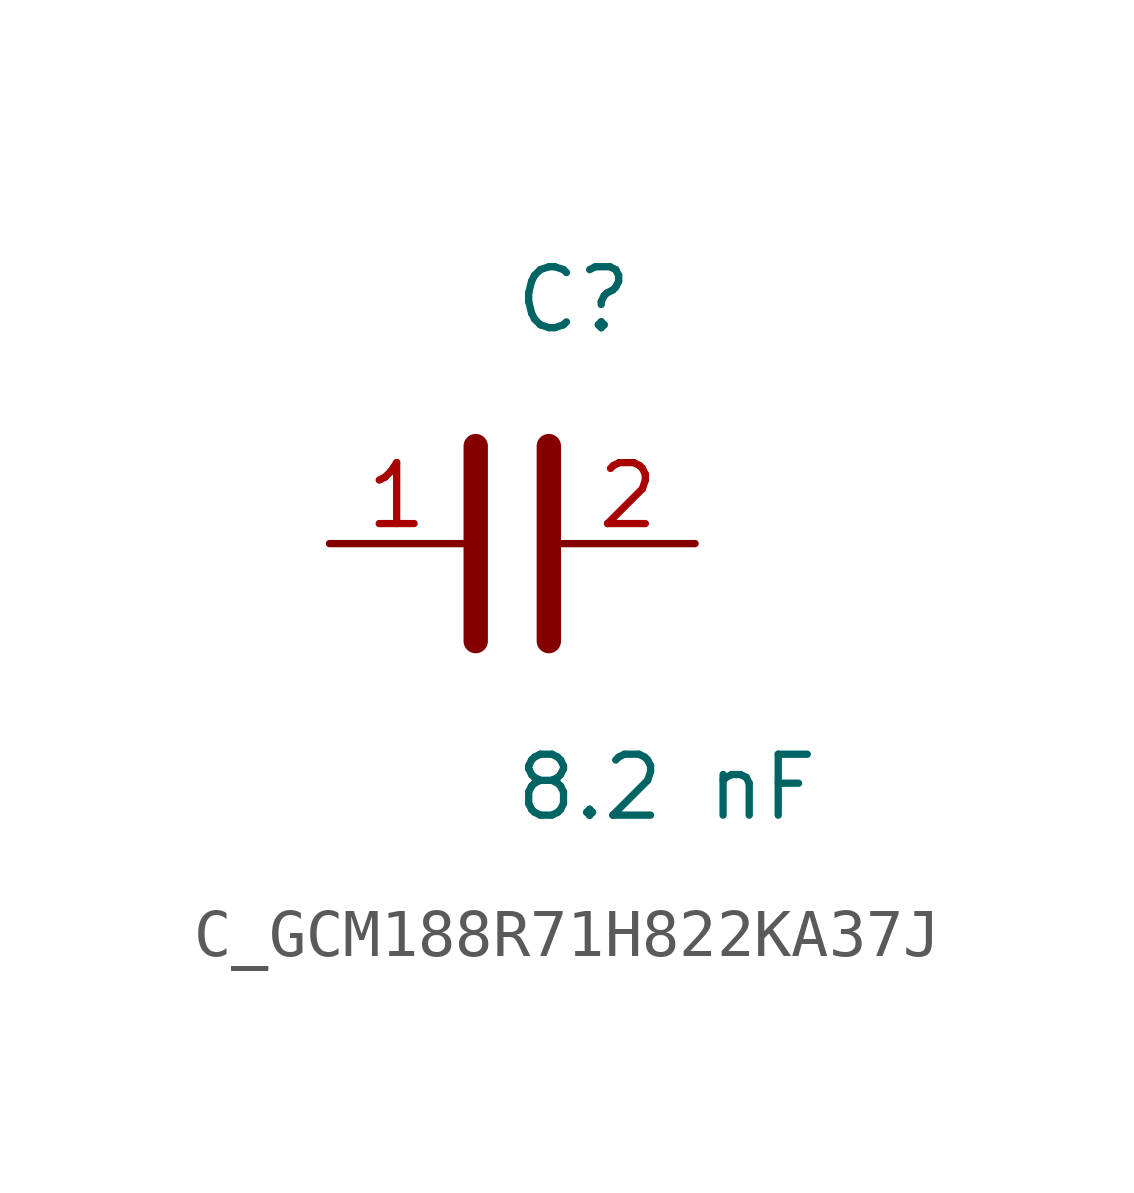
<source format=kicad_sym>
(kicad_symbol_lib
  (version 20231120)
  (generator kicad_symbol_editor)
  (generator_version 8.0)
  (symbol "C_GCM188R71H822KA37J"
    (pin_names
      (offset 0.254))
    (property "Value" "8.2 nF"
      (at 0 -5.08 0)
      (effects (font (size 1.27 1.27)) (justify left)))
    (property "Reference" "C"
      (at 0 5.08 0)
      (effects (font (size 1.27 1.27)) (justify left)))
    (symbol "C_GCM188R71H822KA37J_0_1"
      (polyline (pts (xy -0.762 -2.032) (xy -0.762 2.032)) (stroke (width 0.508) (type default)) (fill (type none)))
      (polyline (pts (xy 0.762 -2.032) (xy 0.762 2.032)) (stroke (width 0.508) (type default)) (fill (type none))))
    (pin unspecified line
      (at -3.81 0 0)
      (length 2.8)
      (name "" (effects (font (size 1.27 1.27))))
      (number "1" (effects (font (size 1.27 1.27)))))
    (pin unspecified line
      (at 3.81 0 180)
      (length 2.8)
      (name "" (effects (font (size 1.27 1.27))))
      (number "2" (effects (font (size 1.27 1.27)))))))
</source>
